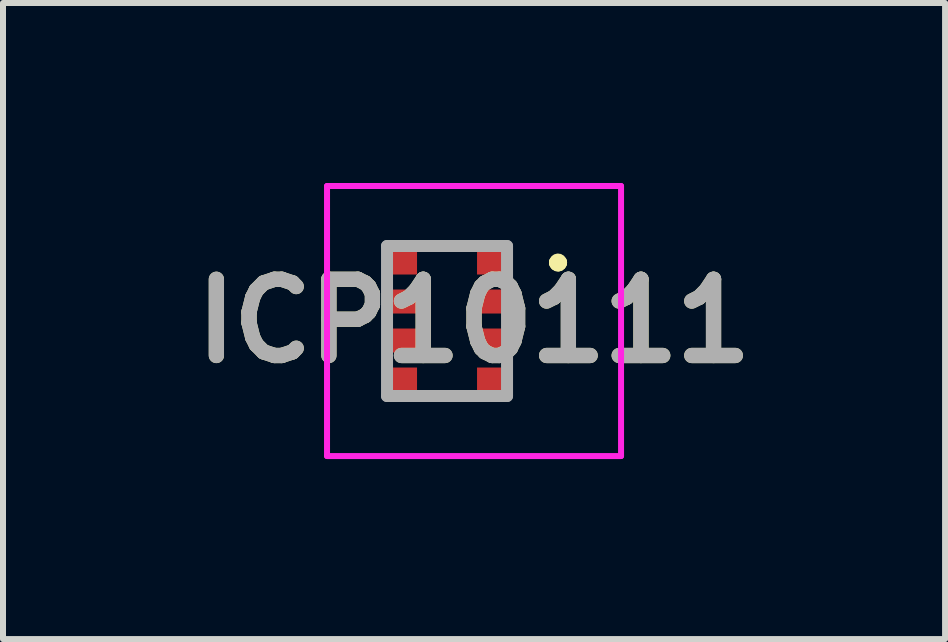
<source format=kicad_pcb>
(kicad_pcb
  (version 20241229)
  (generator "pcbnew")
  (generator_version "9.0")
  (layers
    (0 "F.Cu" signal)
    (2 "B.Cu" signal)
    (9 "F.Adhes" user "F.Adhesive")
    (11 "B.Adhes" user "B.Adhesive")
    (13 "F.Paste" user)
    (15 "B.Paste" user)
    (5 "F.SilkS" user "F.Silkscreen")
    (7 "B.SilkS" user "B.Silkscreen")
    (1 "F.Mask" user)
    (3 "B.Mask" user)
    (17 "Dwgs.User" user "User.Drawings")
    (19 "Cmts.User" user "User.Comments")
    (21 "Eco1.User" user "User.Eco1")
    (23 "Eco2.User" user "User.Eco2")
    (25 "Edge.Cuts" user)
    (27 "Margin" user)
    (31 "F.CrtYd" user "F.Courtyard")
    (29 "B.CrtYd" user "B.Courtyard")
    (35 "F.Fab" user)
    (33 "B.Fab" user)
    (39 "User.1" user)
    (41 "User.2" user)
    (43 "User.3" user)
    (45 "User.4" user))
  (footprint "ICP10111"
    (layer "F.Cu")
    (at 4.4 2.3)
    (property "Reference" "ICP10111" (at 0.45 0 0) (layer "F.SilkS") (effects (font (size 1.27 1.27) (thickness 0.254))))
    (attr smd)
    (fp_line (start 1.8 -0.975) (end 1.8 -0.975) (stroke (width 0.2) (type solid)) (layer "F.SilkS"))
    (fp_line (start 1.8 -0.975) (end 1.8 -0.975) (stroke (width 0.2) (type solid)) (layer "F.SilkS"))
    (fp_line (start 1.9 -0.975) (end 1.9 -0.975) (stroke (width 0.2) (type solid)) (layer "F.SilkS"))
    (fp_arc (start 1.8 -0.975) (mid 1.85 -1.025) (end 1.9 -0.975) (stroke (width 0.2) (type solid)) (layer "F.SilkS"))
    (fp_arc (start 1.9 -0.975) (mid 1.85 -0.925) (end 1.8 -0.975) (stroke (width 0.2) (type solid)) (layer "F.SilkS"))
    (fp_arc (start 1.9 -0.975) (mid 1.85 -0.925) (end 1.8 -0.975) (stroke (width 0.2) (type solid)) (layer "F.SilkS"))
    (fp_line (start -2 -2.25) (end 2.9 -2.25) (stroke (width 0.1) (type solid)) (layer "F.CrtYd"))
    (fp_line (start -2 2.25) (end -2 -2.25) (stroke (width 0.1) (type solid)) (layer "F.CrtYd"))
    (fp_line (start 2.9 -2.25) (end 2.9 2.25) (stroke (width 0.1) (type solid)) (layer "F.CrtYd"))
    (fp_line (start 2.9 2.25) (end -2 2.25) (stroke (width 0.1) (type solid)) (layer "F.CrtYd"))
    (fp_line (start -1 -1.25) (end -1 1.25) (stroke (width 0.2) (type solid)) (layer "F.Fab"))
    (fp_line (start -1 1.25) (end 1 1.25) (stroke (width 0.2) (type solid)) (layer "F.Fab"))
    (fp_line (start 1 -1.25) (end -1 -1.25) (stroke (width 0.2) (type solid)) (layer "F.Fab"))
    (fp_line (start 1 1.25) (end 1 -1.25) (stroke (width 0.2) (type solid)) (layer "F.Fab"))
    (fp_text user "${REFERENCE}" (at 0.45 0 0) (layer "F.Fab") (effects (font (size 1.27 1.27) (thickness 0.254))))
    (pad "1" smd rect (at 0.75 -0.975 90) (size 0.4 0.5) (layers "F.Cu" "F.Mask" "F.Paste"))
    (pad "2" smd rect (at 0.75 -0.325 90) (size 0.4 0.5) (layers "F.Cu" "F.Mask" "F.Paste"))
    (pad "3" smd rect (at 0.75 0.325 90) (size 0.4 0.5) (layers "F.Cu" "F.Mask" "F.Paste"))
    (pad "4" smd rect (at 0.75 0.975 90) (size 0.4 0.5) (layers "F.Cu" "F.Mask" "F.Paste"))
    (pad "5" smd rect (at -0.75 0.975 90) (size 0.4 0.5) (layers "F.Cu" "F.Mask" "F.Paste"))
    (pad "6" smd rect (at -0.75 0.325 90) (size 0.4 0.5) (layers "F.Cu" "F.Mask" "F.Paste"))
    (pad "7" smd rect (at -0.75 -0.325 90) (size 0.4 0.5) (layers "F.Cu" "F.Mask" "F.Paste"))
    (pad "8" smd rect (at -0.75 -0.975 90) (size 0.4 0.5) (layers "F.Cu" "F.Mask" "F.Paste")))
  (gr_rect
    (start -3 -3)
    (end 12.7 7.6)
    (stroke (width 0.1) (type default))
    (fill no)
    (layer "Edge.Cuts")))
</source>
